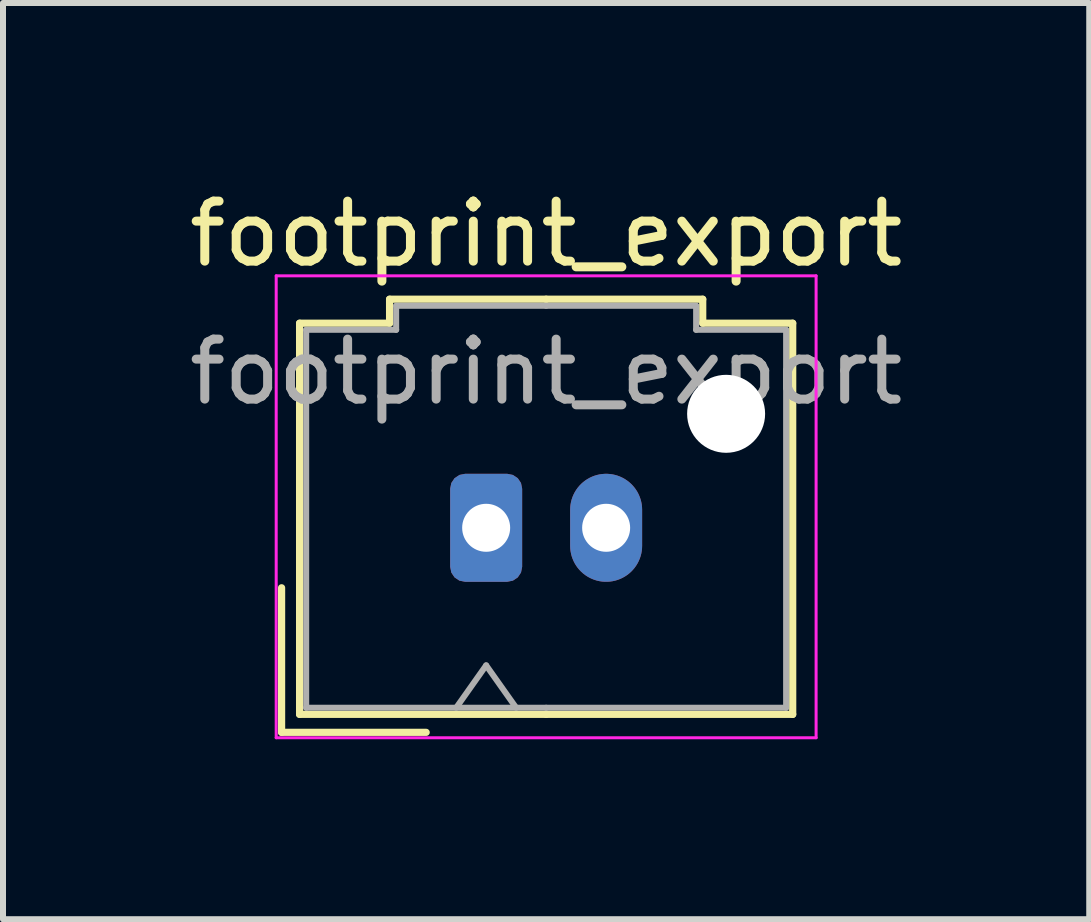
<source format=kicad_pcb>
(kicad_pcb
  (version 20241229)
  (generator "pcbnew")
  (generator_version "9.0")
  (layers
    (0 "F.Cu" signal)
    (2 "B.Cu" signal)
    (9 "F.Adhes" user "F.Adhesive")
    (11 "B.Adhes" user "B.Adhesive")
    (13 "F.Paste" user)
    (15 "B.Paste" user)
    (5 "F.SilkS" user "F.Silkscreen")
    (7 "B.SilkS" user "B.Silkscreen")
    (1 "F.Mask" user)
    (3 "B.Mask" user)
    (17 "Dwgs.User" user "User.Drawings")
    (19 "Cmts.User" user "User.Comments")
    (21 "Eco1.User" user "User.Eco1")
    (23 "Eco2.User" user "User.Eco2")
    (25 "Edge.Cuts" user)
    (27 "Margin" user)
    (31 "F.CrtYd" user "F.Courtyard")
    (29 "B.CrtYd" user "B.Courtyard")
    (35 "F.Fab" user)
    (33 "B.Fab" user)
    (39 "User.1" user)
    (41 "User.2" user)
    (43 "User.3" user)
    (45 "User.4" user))
  (footprint "footprint_export"
    (layer "F.Cu")
    (at 5.054 5.748)
    (property "Reference" "footprint_export" (at 1 -4.9 0) (layer "F.SilkS") (effects (font (size 1 1) (thickness 0.15))))
    (attr through_hole)
    (fp_line (start -3.41 1) (end -3.41 3.41) (stroke (width 0.12) (type solid)) (layer "F.SilkS"))
    (fp_line (start -3.41 3.41) (end -1 3.41) (stroke (width 0.12) (type solid)) (layer "F.SilkS"))
    (fp_line (start -3.11 -3.41) (end -3.11 3.11) (stroke (width 0.12) (type solid)) (layer "F.SilkS"))
    (fp_line (start -3.11 3.11) (end 1 3.11) (stroke (width 0.12) (type solid)) (layer "F.SilkS"))
    (fp_line (start -1.61 -3.81) (end -1.61 -3.41) (stroke (width 0.12) (type solid)) (layer "F.SilkS"))
    (fp_line (start -1.61 -3.41) (end -3.11 -3.41) (stroke (width 0.12) (type solid)) (layer "F.SilkS"))
    (fp_line (start 1 -3.81) (end -1.61 -3.81) (stroke (width 0.12) (type solid)) (layer "F.SilkS"))
    (fp_line (start 1 -3.81) (end 3.61 -3.81) (stroke (width 0.12) (type solid)) (layer "F.SilkS"))
    (fp_line (start 3.61 -3.81) (end 3.61 -3.41) (stroke (width 0.12) (type solid)) (layer "F.SilkS"))
    (fp_line (start 3.61 -3.41) (end 5.11 -3.41) (stroke (width 0.12) (type solid)) (layer "F.SilkS"))
    (fp_line (start 5.11 -3.41) (end 5.11 3.11) (stroke (width 0.12) (type solid)) (layer "F.SilkS"))
    (fp_line (start 5.11 3.11) (end 1 3.11) (stroke (width 0.12) (type solid)) (layer "F.SilkS"))
    (fp_line (start -3.5 -4.2) (end -3.5 3.5) (stroke (width 0.05) (type solid)) (layer "F.CrtYd"))
    (fp_line (start -3.5 3.5) (end 5.5 3.5) (stroke (width 0.05) (type solid)) (layer "F.CrtYd"))
    (fp_line (start 5.5 -4.2) (end -3.5 -4.2) (stroke (width 0.05) (type solid)) (layer "F.CrtYd"))
    (fp_line (start 5.5 3.5) (end 5.5 -4.2) (stroke (width 0.05) (type solid)) (layer "F.CrtYd"))
    (fp_line (start -3 -3.3) (end -3 3) (stroke (width 0.1) (type solid)) (layer "F.Fab"))
    (fp_line (start -3 3) (end 1 3) (stroke (width 0.1) (type solid)) (layer "F.Fab"))
    (fp_line (start -1.5 -3.7) (end -1.5 -3.3) (stroke (width 0.1) (type solid)) (layer "F.Fab"))
    (fp_line (start -1.5 -3.3) (end -3 -3.3) (stroke (width 0.1) (type solid)) (layer "F.Fab"))
    (fp_line (start -0.5 3) (end 0 2.293) (stroke (width 0.1) (type solid)) (layer "F.Fab"))
    (fp_line (start 0 2.293) (end 0.5 3) (stroke (width 0.1) (type solid)) (layer "F.Fab"))
    (fp_line (start 1 -3.7) (end -1.5 -3.7) (stroke (width 0.1) (type solid)) (layer "F.Fab"))
    (fp_line (start 1 -3.7) (end 3.5 -3.7) (stroke (width 0.1) (type solid)) (layer "F.Fab"))
    (fp_line (start 3.5 -3.7) (end 3.5 -3.3) (stroke (width 0.1) (type solid)) (layer "F.Fab"))
    (fp_line (start 3.5 -3.3) (end 5 -3.3) (stroke (width 0.1) (type solid)) (layer "F.Fab"))
    (fp_line (start 5 -3.3) (end 5 3) (stroke (width 0.1) (type solid)) (layer "F.Fab"))
    (fp_line (start 5 3) (end 1 3) (stroke (width 0.1) (type solid)) (layer "F.Fab"))
    (fp_text user "${REFERENCE}" (at 1 -2.6 0) (layer "F.Fab") (effects (font (size 1 1) (thickness 0.15))))
    (pad "" np_thru_hole circle (at 4 -1.9) (size 1.3 1.3) (drill 1.3) (layers "*.Cu" "*.Mask"))
    (pad "1" thru_hole roundrect (at 0 0) (size 1.2 1.8) (drill 0.8) (layers "*.Cu" "*.Mask") (roundrect_rratio 0.208))
    (pad "2" thru_hole oval (at 2 0) (size 1.2 1.8) (drill 0.8) (layers "*.Cu" "*.Mask")))
  (gr_rect
    (start -3 -3)
    (end 15.107 12.273)
    (stroke (width 0.1) (type default))
    (fill no)
    (layer "Edge.Cuts")))
</source>
